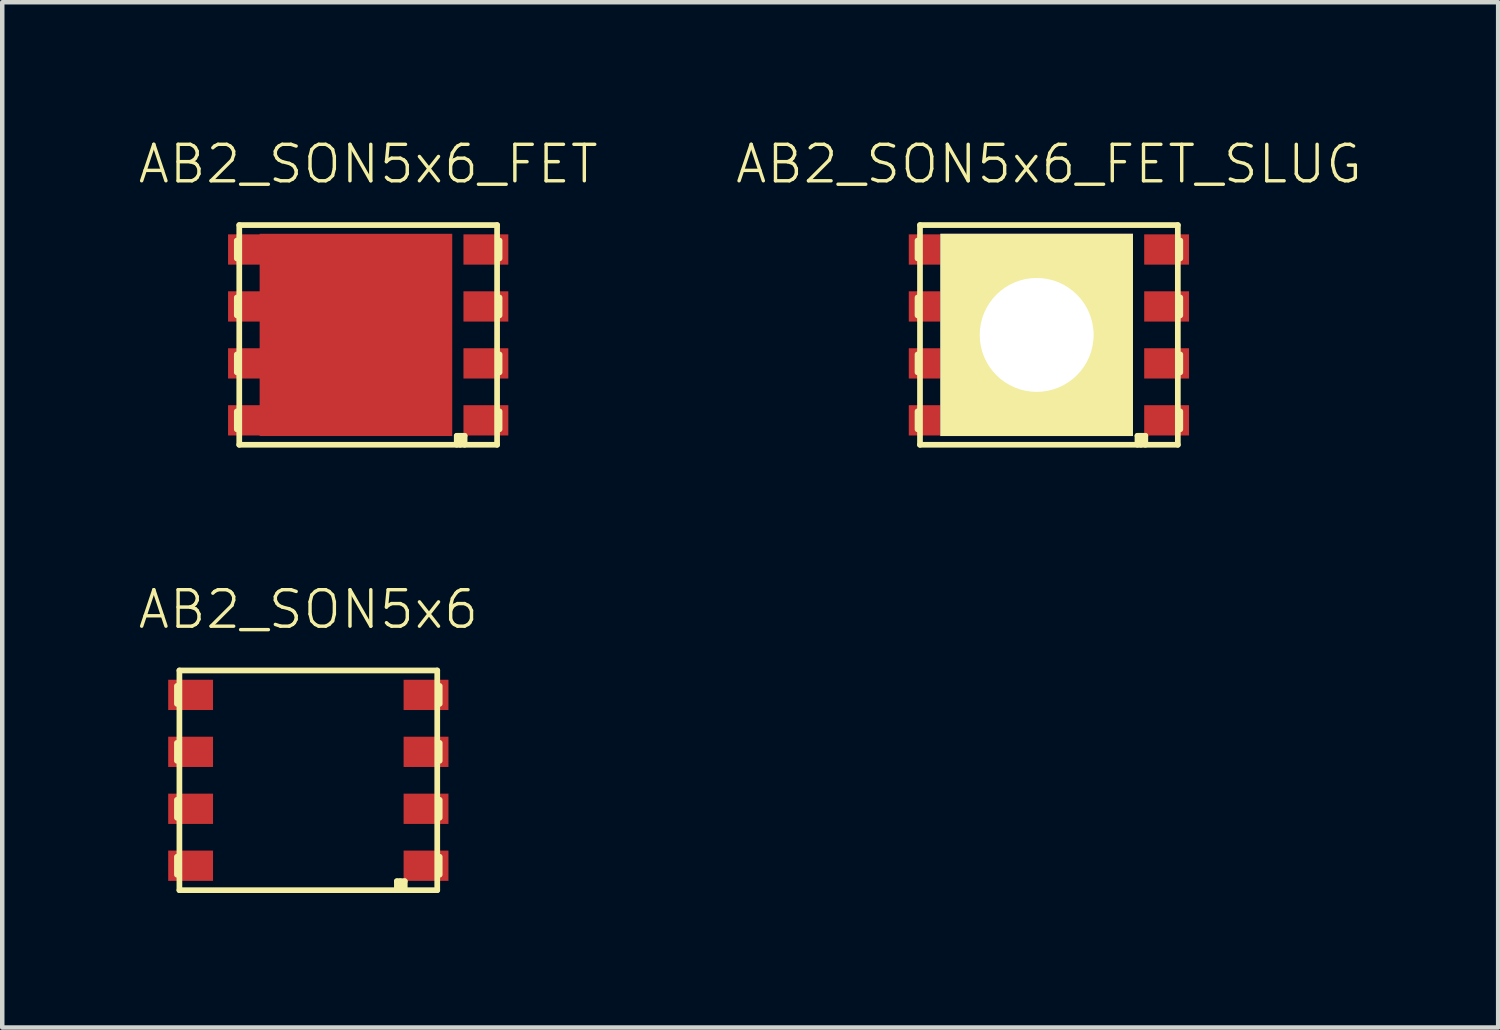
<source format=kicad_pcb>
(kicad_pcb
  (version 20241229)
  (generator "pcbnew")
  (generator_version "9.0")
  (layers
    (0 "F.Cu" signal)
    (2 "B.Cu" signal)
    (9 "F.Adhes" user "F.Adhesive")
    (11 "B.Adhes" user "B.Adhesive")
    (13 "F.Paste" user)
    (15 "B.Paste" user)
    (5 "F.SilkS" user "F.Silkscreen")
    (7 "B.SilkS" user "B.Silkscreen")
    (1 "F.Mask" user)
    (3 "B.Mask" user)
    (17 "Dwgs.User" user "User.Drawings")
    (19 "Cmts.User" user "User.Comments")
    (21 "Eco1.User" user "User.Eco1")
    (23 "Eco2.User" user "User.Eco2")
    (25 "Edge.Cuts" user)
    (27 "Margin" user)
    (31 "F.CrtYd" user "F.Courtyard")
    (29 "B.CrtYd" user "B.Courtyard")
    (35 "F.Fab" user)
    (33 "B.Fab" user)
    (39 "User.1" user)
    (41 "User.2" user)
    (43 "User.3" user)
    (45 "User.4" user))
  (footprint "AB2_SON5x6_FET_SLUG"
    (layer "F.Cu")
    (at 20.342 4.419)
    (property "Reference" "AB2_SON5x6_FET_SLUG" (at 0 -3.81 0) (layer "F.SilkS") (effects (font (size 0.813 0.813) (thickness 0.076))))
    (attr through_hole)
    (fp_line (start -2.93 -2.105) (end -2.93 -1.705) (stroke (width 0.127) (type solid)) (layer "F.SilkS"))
    (fp_line (start -2.93 -0.835) (end -2.93 -0.435) (stroke (width 0.127) (type solid)) (layer "F.SilkS"))
    (fp_line (start -2.93 0.835) (end -2.93 0.435) (stroke (width 0.127) (type solid)) (layer "F.SilkS"))
    (fp_line (start -2.93 2.105) (end -2.93 1.705) (stroke (width 0.127) (type solid)) (layer "F.SilkS"))
    (fp_line (start -2.875 -2.45) (end 2.875 -2.45) (stroke (width 0.127) (type solid)) (layer "F.SilkS"))
    (fp_line (start -2.875 2.45) (end -2.875 -2.45) (stroke (width 0.127) (type solid)) (layer "F.SilkS"))
    (fp_line (start 1.975 2.25) (end 2.15 2.25) (stroke (width 0.127) (type solid)) (layer "F.SilkS"))
    (fp_line (start 1.975 2.45) (end 1.975 2.25) (stroke (width 0.127) (type solid)) (layer "F.SilkS"))
    (fp_line (start 2.05 2.25) (end 2.05 2.45) (stroke (width 0.127) (type solid)) (layer "F.SilkS"))
    (fp_line (start 2.15 2.25) (end 2.15 2.45) (stroke (width 0.127) (type solid)) (layer "F.SilkS"))
    (fp_line (start 2.875 -2.45) (end 2.875 2.45) (stroke (width 0.127) (type solid)) (layer "F.SilkS"))
    (fp_line (start 2.875 2.45) (end -2.875 2.45) (stroke (width 0.127) (type solid)) (layer "F.SilkS"))
    (fp_line (start 2.93 -2.105) (end 2.93 -1.705) (stroke (width 0.127) (type solid)) (layer "F.SilkS"))
    (fp_line (start 2.93 -0.835) (end 2.93 -0.435) (stroke (width 0.127) (type solid)) (layer "F.SilkS"))
    (fp_line (start 2.93 0.835) (end 2.93 0.435) (stroke (width 0.127) (type solid)) (layer "F.SilkS"))
    (fp_line (start 2.93 2.105) (end 2.93 1.705) (stroke (width 0.127) (type solid)) (layer "F.SilkS"))
    (pad "D" smd rect (at -2.625 -1.905) (size 1 0.675) (layers "F.Cu" "F.Mask" "F.Paste"))
    (pad "D" smd rect (at -2.625 -0.635) (size 1 0.675) (layers "F.Cu" "F.Mask" "F.Paste"))
    (pad "D" smd rect (at -2.625 0.635) (size 1 0.675) (layers "F.Cu" "F.Mask" "F.Paste"))
    (pad "D" smd rect (at -2.625 1.905) (size 1 0.675) (layers "F.Cu" "F.Mask" "F.Paste"))
    (pad "D" thru_hole rect (at -0.273 0) (size 4.295 4.51) (drill 2.54) (layers "*.Cu" "*.Mask" "F.SilkS"))
    (pad "G" smd rect (at 2.625 -1.905) (size 1 0.675) (layers "F.Cu" "F.Mask" "F.Paste"))
    (pad "S" smd rect (at 2.625 -0.635) (size 1 0.675) (layers "F.Cu" "F.Mask" "F.Paste"))
    (pad "S" smd rect (at 2.625 0.635) (size 1 0.675) (layers "F.Cu" "F.Mask" "F.Paste"))
    (pad "S" smd rect (at 2.625 1.905) (size 1 0.675) (layers "F.Cu" "F.Mask" "F.Paste")))
  (footprint "AB2_SON5x6"
    (layer "F.Cu")
    (at 3.826 14.352)
    (property "Reference" "AB2_SON5x6" (at 0 -3.81 0) (layer "F.SilkS") (effects (font (size 0.813 0.813) (thickness 0.076))))
    (attr through_hole)
    (fp_line (start -2.93 -2.105) (end -2.93 -1.705) (stroke (width 0.127) (type solid)) (layer "F.SilkS"))
    (fp_line (start -2.93 -0.835) (end -2.93 -0.435) (stroke (width 0.127) (type solid)) (layer "F.SilkS"))
    (fp_line (start -2.93 0.835) (end -2.93 0.435) (stroke (width 0.127) (type solid)) (layer "F.SilkS"))
    (fp_line (start -2.93 2.105) (end -2.93 1.705) (stroke (width 0.127) (type solid)) (layer "F.SilkS"))
    (fp_line (start -2.875 -2.45) (end 2.875 -2.45) (stroke (width 0.127) (type solid)) (layer "F.SilkS"))
    (fp_line (start -2.875 2.45) (end -2.875 -2.45) (stroke (width 0.127) (type solid)) (layer "F.SilkS"))
    (fp_line (start 1.975 2.25) (end 2.15 2.25) (stroke (width 0.127) (type solid)) (layer "F.SilkS"))
    (fp_line (start 1.975 2.45) (end 1.975 2.25) (stroke (width 0.127) (type solid)) (layer "F.SilkS"))
    (fp_line (start 2.05 2.25) (end 2.05 2.45) (stroke (width 0.127) (type solid)) (layer "F.SilkS"))
    (fp_line (start 2.15 2.25) (end 2.15 2.45) (stroke (width 0.127) (type solid)) (layer "F.SilkS"))
    (fp_line (start 2.875 -2.45) (end 2.875 2.45) (stroke (width 0.127) (type solid)) (layer "F.SilkS"))
    (fp_line (start 2.875 2.45) (end -2.875 2.45) (stroke (width 0.127) (type solid)) (layer "F.SilkS"))
    (fp_line (start 2.93 -2.105) (end 2.93 -1.705) (stroke (width 0.127) (type solid)) (layer "F.SilkS"))
    (fp_line (start 2.93 -0.835) (end 2.93 -0.435) (stroke (width 0.127) (type solid)) (layer "F.SilkS"))
    (fp_line (start 2.93 0.835) (end 2.93 0.435) (stroke (width 0.127) (type solid)) (layer "F.SilkS"))
    (fp_line (start 2.93 2.105) (end 2.93 1.705) (stroke (width 0.127) (type solid)) (layer "F.SilkS"))
    (pad "1" smd rect (at 2.625 1.905) (size 1 0.675) (layers "F.Cu" "F.Mask" "F.Paste"))
    (pad "2" smd rect (at 2.625 0.635) (size 1 0.675) (layers "F.Cu" "F.Mask" "F.Paste"))
    (pad "3" smd rect (at 2.625 -0.635) (size 1 0.675) (layers "F.Cu" "F.Mask" "F.Paste"))
    (pad "4" smd rect (at 2.625 -1.905) (size 1 0.675) (layers "F.Cu" "F.Mask" "F.Paste"))
    (pad "5" smd rect (at -2.625 -1.905) (size 1 0.675) (layers "F.Cu" "F.Mask" "F.Paste"))
    (pad "6" smd rect (at -2.625 -0.635) (size 1 0.675) (layers "F.Cu" "F.Mask" "F.Paste"))
    (pad "7" smd rect (at -2.625 0.635) (size 1 0.675) (layers "F.Cu" "F.Mask" "F.Paste"))
    (pad "8" smd rect (at -2.625 1.905) (size 1 0.675) (layers "F.Cu" "F.Mask" "F.Paste")))
  (footprint "AB2_SON5x6_FET"
    (layer "F.Cu")
    (at 5.161 4.419)
    (property "Reference" "AB2_SON5x6_FET" (at 0 -3.81 0) (layer "F.SilkS") (effects (font (size 0.813 0.813) (thickness 0.076))))
    (attr through_hole)
    (fp_line (start -2.93 -2.105) (end -2.93 -1.705) (stroke (width 0.127) (type solid)) (layer "F.SilkS"))
    (fp_line (start -2.93 -0.835) (end -2.93 -0.435) (stroke (width 0.127) (type solid)) (layer "F.SilkS"))
    (fp_line (start -2.93 0.835) (end -2.93 0.435) (stroke (width 0.127) (type solid)) (layer "F.SilkS"))
    (fp_line (start -2.93 2.105) (end -2.93 1.705) (stroke (width 0.127) (type solid)) (layer "F.SilkS"))
    (fp_line (start -2.875 -2.45) (end 2.875 -2.45) (stroke (width 0.127) (type solid)) (layer "F.SilkS"))
    (fp_line (start -2.875 2.45) (end -2.875 -2.45) (stroke (width 0.127) (type solid)) (layer "F.SilkS"))
    (fp_line (start 1.975 2.25) (end 2.15 2.25) (stroke (width 0.127) (type solid)) (layer "F.SilkS"))
    (fp_line (start 1.975 2.45) (end 1.975 2.25) (stroke (width 0.127) (type solid)) (layer "F.SilkS"))
    (fp_line (start 2.05 2.25) (end 2.05 2.45) (stroke (width 0.127) (type solid)) (layer "F.SilkS"))
    (fp_line (start 2.15 2.25) (end 2.15 2.45) (stroke (width 0.127) (type solid)) (layer "F.SilkS"))
    (fp_line (start 2.875 -2.45) (end 2.875 2.45) (stroke (width 0.127) (type solid)) (layer "F.SilkS"))
    (fp_line (start 2.875 2.45) (end -2.875 2.45) (stroke (width 0.127) (type solid)) (layer "F.SilkS"))
    (fp_line (start 2.93 -2.105) (end 2.93 -1.705) (stroke (width 0.127) (type solid)) (layer "F.SilkS"))
    (fp_line (start 2.93 -0.835) (end 2.93 -0.435) (stroke (width 0.127) (type solid)) (layer "F.SilkS"))
    (fp_line (start 2.93 0.835) (end 2.93 0.435) (stroke (width 0.127) (type solid)) (layer "F.SilkS"))
    (fp_line (start 2.93 2.105) (end 2.93 1.705) (stroke (width 0.127) (type solid)) (layer "F.SilkS"))
    (pad "D" smd rect (at -2.625 -1.905) (size 1 0.675) (layers "F.Cu" "F.Mask" "F.Paste"))
    (pad "D" smd rect (at -2.625 -0.635) (size 1 0.675) (layers "F.Cu" "F.Mask" "F.Paste"))
    (pad "D" smd rect (at -2.625 0.635) (size 1 0.675) (layers "F.Cu" "F.Mask" "F.Paste"))
    (pad "D" smd rect (at -2.625 1.905) (size 1 0.675) (layers "F.Cu" "F.Mask" "F.Paste"))
    (pad "D" smd rect (at -0.273 0) (size 4.295 4.51) (layers "F.Cu" "F.Mask" "F.Paste"))
    (pad "G" smd rect (at 2.625 -1.905) (size 1 0.675) (layers "F.Cu" "F.Mask" "F.Paste"))
    (pad "S" smd rect (at 2.625 -0.635) (size 1 0.675) (layers "F.Cu" "F.Mask" "F.Paste"))
    (pad "S" smd rect (at 2.625 0.635) (size 1 0.675) (layers "F.Cu" "F.Mask" "F.Paste"))
    (pad "S" smd rect (at 2.625 1.905) (size 1 0.675) (layers "F.Cu" "F.Mask" "F.Paste")))
  (gr_rect
    (start -3 -3)
    (end 30.361 19.865)
    (stroke (width 0.1) (type default))
    (fill no)
    (layer "Edge.Cuts")))
</source>
